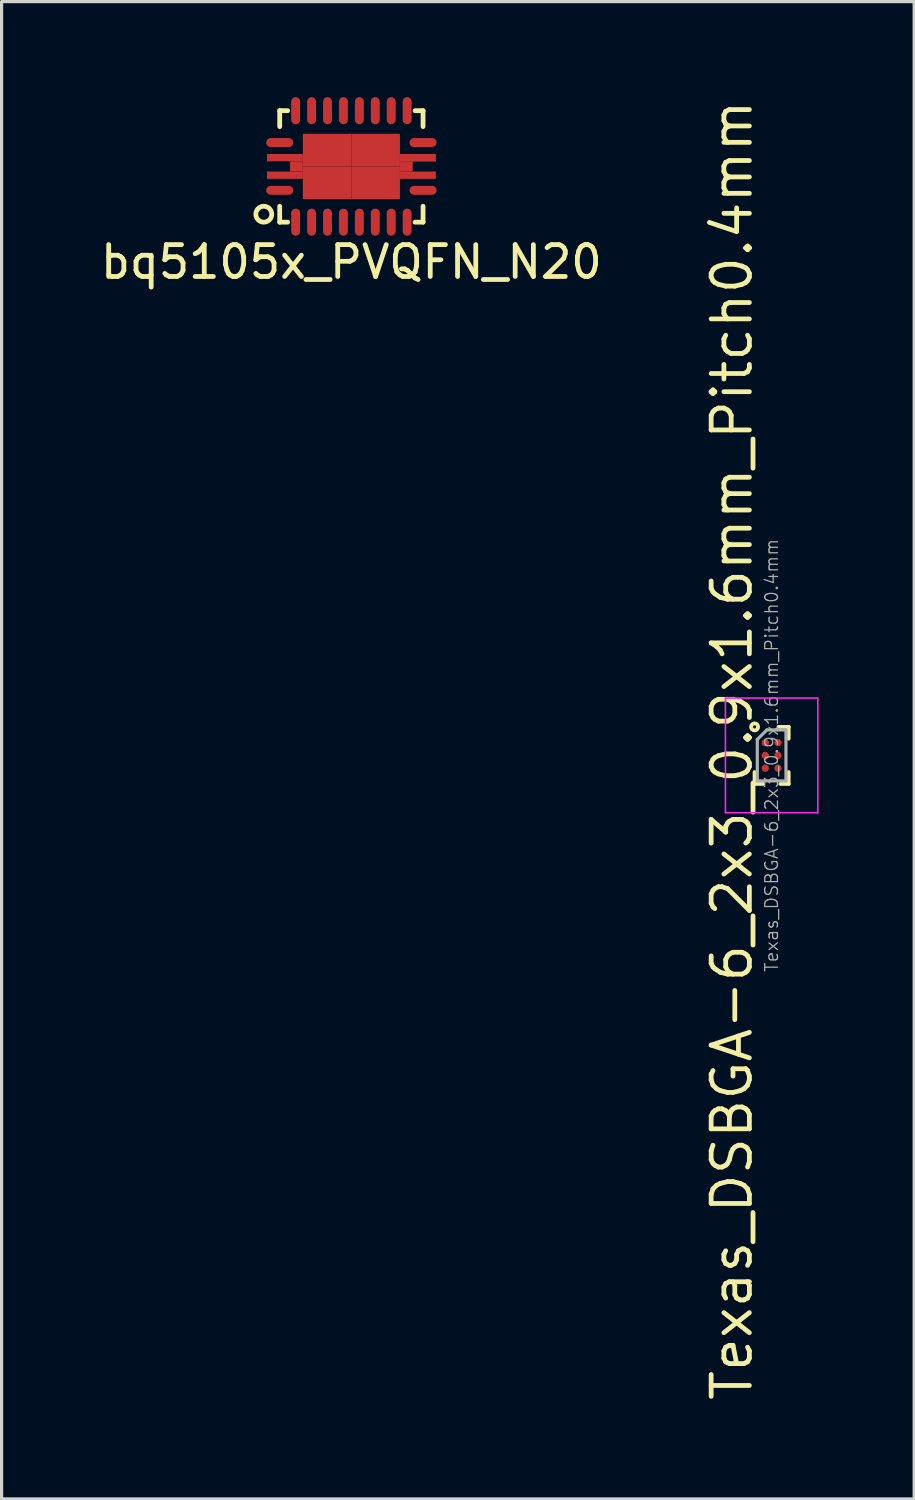
<source format=kicad_pcb>
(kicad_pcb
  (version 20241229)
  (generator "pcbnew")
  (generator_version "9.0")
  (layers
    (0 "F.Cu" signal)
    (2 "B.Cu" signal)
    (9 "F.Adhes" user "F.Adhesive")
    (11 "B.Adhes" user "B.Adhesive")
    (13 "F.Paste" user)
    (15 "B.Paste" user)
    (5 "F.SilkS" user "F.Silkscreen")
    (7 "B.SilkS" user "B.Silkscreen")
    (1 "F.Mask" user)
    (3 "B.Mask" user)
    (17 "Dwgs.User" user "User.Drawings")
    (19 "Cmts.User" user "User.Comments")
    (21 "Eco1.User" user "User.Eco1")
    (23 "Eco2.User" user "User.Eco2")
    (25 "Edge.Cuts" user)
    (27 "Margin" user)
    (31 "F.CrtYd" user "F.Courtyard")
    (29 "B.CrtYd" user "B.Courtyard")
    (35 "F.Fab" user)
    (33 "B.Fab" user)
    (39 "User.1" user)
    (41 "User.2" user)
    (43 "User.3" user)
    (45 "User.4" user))
  (footprint "bq5105x_PVQFN_N20"
    (layer "F.Cu")
    (at 7.982 2.175)
    (property "Reference" "bq5105x_PVQFN_N20" (at 0 3 0) (layer "F.SilkS") (effects (font (size 1 1) (thickness 0.15))))
    (attr through_hole)
    (fp_line (start -2.25 -1.75) (end -2.25 -1.25) (stroke (width 0.15) (type solid)) (layer "F.SilkS"))
    (fp_line (start -2.25 1.25) (end -2.25 1.75) (stroke (width 0.15) (type solid)) (layer "F.SilkS"))
    (fp_line (start -2.25 1.75) (end -2 1.75) (stroke (width 0.15) (type solid)) (layer "F.SilkS"))
    (fp_line (start -2 -1.75) (end -2.25 -1.75) (stroke (width 0.15) (type solid)) (layer "F.SilkS"))
    (fp_line (start 2 1.75) (end 2.25 1.75) (stroke (width 0.15) (type solid)) (layer "F.SilkS"))
    (fp_line (start 2.25 -1.75) (end 2 -1.75) (stroke (width 0.15) (type solid)) (layer "F.SilkS"))
    (fp_line (start 2.25 -1.25) (end 2.25 -1.75) (stroke (width 0.15) (type solid)) (layer "F.SilkS"))
    (fp_line (start 2.25 1.75) (end 2.25 1.25) (stroke (width 0.15) (type solid)) (layer "F.SilkS"))
    (fp_circle (center -2.75 1.5) (end -3 1.5) (stroke (width 0.15) (type solid)) (fill no) (layer "F.SilkS"))
    (pad "1" smd oval (at -2.25 0.75) (size 0.85 0.28) (layers "F.Cu" "F.Mask" "F.Paste"))
    (pad "2" smd oval (at -1.75 1.75 90) (size 0.85 0.28) (layers "F.Cu" "F.Mask" "F.Paste"))
    (pad "3" smd oval (at -1.25 1.75 90) (size 0.85 0.28) (layers "F.Cu" "F.Mask" "F.Paste"))
    (pad "4" smd oval (at -0.75 1.75 90) (size 0.85 0.28) (layers "F.Cu" "F.Mask" "F.Paste"))
    (pad "5" smd oval (at -0.25 1.75 90) (size 0.85 0.28) (layers "F.Cu" "F.Mask" "F.Paste"))
    (pad "6" smd oval (at 0.25 1.75 90) (size 0.85 0.28) (layers "F.Cu" "F.Mask" "F.Paste"))
    (pad "7" smd oval (at 0.75 1.75 90) (size 0.85 0.28) (layers "F.Cu" "F.Mask" "F.Paste"))
    (pad "8" smd oval (at 1.25 1.75 90) (size 0.85 0.28) (layers "F.Cu" "F.Mask" "F.Paste"))
    (pad "9" smd oval (at 1.75 1.75 90) (size 0.85 0.28) (layers "F.Cu" "F.Mask" "F.Paste"))
    (pad "10" smd oval (at 2.25 0.75 180) (size 0.85 0.28) (layers "F.Cu" "F.Mask" "F.Paste"))
    (pad "11" smd oval (at 2.25 -0.75 180) (size 0.85 0.28) (layers "F.Cu" "F.Mask" "F.Paste"))
    (pad "12" smd oval (at 1.75 -1.75 270) (size 0.85 0.28) (layers "F.Cu" "F.Mask" "F.Paste"))
    (pad "13" smd oval (at 1.25 -1.75 270) (size 0.85 0.28) (layers "F.Cu" "F.Mask" "F.Paste"))
    (pad "14" smd oval (at 0.75 -1.75 270) (size 0.85 0.28) (layers "F.Cu" "F.Mask" "F.Paste"))
    (pad "15" smd oval (at 0.25 -1.75 270) (size 0.85 0.28) (layers "F.Cu" "F.Mask" "F.Paste"))
    (pad "16" smd oval (at -0.25 -1.75 270) (size 0.85 0.28) (layers "F.Cu" "F.Mask" "F.Paste"))
    (pad "17" smd oval (at -0.75 -1.75 270) (size 0.85 0.28) (layers "F.Cu" "F.Mask" "F.Paste"))
    (pad "18" smd oval (at -1.25 -1.75 270) (size 0.85 0.28) (layers "F.Cu" "F.Mask" "F.Paste"))
    (pad "19" smd oval (at -1.75 -1.75 270) (size 0.85 0.28) (layers "F.Cu" "F.Mask" "F.Paste"))
    (pad "20" smd oval (at -2.25 -0.75 180) (size 0.85 0.28) (layers "F.Cu" "F.Mask" "F.Paste"))
    (pad "TH" smd rect (at -2.087 -0.275) (size 1.125 0.23) (layers "F.Cu" "F.Mask" "F.Paste"))
    (pad "TH" smd rect (at -2.087 0.275) (size 1.125 0.23) (layers "F.Cu" "F.Mask" "F.Paste"))
    (pad "TH" smd rect (at -1.725 0) (size 0.4 0.32) (layers "F.Cu" "F.Mask" "F.Paste"))
    (pad "TH" smd rect (at 0 0) (size 1.525 1.025) (drill (offset -0.762 0.512)) (layers "F.Cu" "F.Mask" "F.Paste"))
    (pad "TH" smd rect (at 0 0) (size 1.525 1.025) (drill (offset 0.762 -0.512)) (layers "F.Cu" "F.Mask" "F.Paste"))
    (pad "TH" smd rect (at 0 0) (size 1.525 1.025) (drill (offset 0.762 0.512)) (layers "F.Cu" "F.Mask" "F.Paste"))
    (pad "TH" smd rect (at 0 0) (size 1.525 1.025) (drill (offset -0.762 -0.512)) (layers "F.Cu" "F.Mask" "F.Paste"))
    (pad "TH" smd rect (at 1.725 0 180) (size 0.4 0.32) (layers "F.Cu" "F.Mask" "F.Paste"))
    (pad "TH" smd rect (at 2.087 -0.275 180) (size 1.125 0.23) (layers "F.Cu" "F.Mask" "F.Paste"))
    (pad "TH" smd rect (at 2.087 -0.275 180) (size 1.125 0.23) (layers "F.Cu" "F.Mask" "F.Paste"))
    (pad "TH" smd rect (at 2.087 0.275 180) (size 1.125 0.23) (layers "F.Cu" "F.Mask" "F.Paste")))
  (footprint "Texas_DSBGA-6_2x3_0.9x1.6mm_Pitch0.4mm"
    (layer "F.Cu")
    (at 21.176 20.667)
    (property "Reference" "Texas_DSBGA-6_2x3_0.9x1.6mm_Pitch0.4mm" (at -1.246 -0.162 270) (layer "F.SilkS") (effects (font (size 1.2 1.2) (thickness 0.15))))
    (attr smd)
    (fp_line (start -0.535 0.525) (end -0.535 0.895) (stroke (width 0.12) (type solid)) (layer "F.SilkS"))
    (fp_line (start -0.535 0.895) (end -0.265 0.895) (stroke (width 0.12) (type solid)) (layer "F.SilkS"))
    (fp_line (start 0.215 -0.895) (end 0.535 -0.895) (stroke (width 0.12) (type solid)) (layer "F.SilkS"))
    (fp_line (start 0.535 -0.895) (end 0.535 -0.525) (stroke (width 0.12) (type solid)) (layer "F.SilkS"))
    (fp_line (start 0.535 0.895) (end 0.275 0.895) (stroke (width 0.12) (type solid)) (layer "F.SilkS"))
    (fp_line (start 0.535 0.895) (end 0.535 0.525) (stroke (width 0.12) (type solid)) (layer "F.SilkS"))
    (fp_circle (center -0.535 -0.895) (end -0.535 -0.845) (stroke (width 0.12) (type solid)) (fill no) (layer "F.SilkS"))
    (fp_line (start -1.45 -1.8) (end 1.45 -1.8) (stroke (width 0.05) (type solid)) (layer "F.CrtYd"))
    (fp_line (start -1.45 1.8) (end -1.45 -1.8) (stroke (width 0.05) (type solid)) (layer "F.CrtYd"))
    (fp_line (start -1.45 1.8) (end 1.45 1.8) (stroke (width 0.05) (type solid)) (layer "F.CrtYd"))
    (fp_line (start 1.45 -1.8) (end 1.45 1.8) (stroke (width 0.05) (type solid)) (layer "F.CrtYd"))
    (fp_line (start -0.45 -0.5) (end -0.15 -0.8) (stroke (width 0.1) (type solid)) (layer "F.Fab"))
    (fp_line (start -0.45 0.8) (end -0.45 -0.5) (stroke (width 0.1) (type solid)) (layer "F.Fab"))
    (fp_line (start -0.45 0.8) (end 0.45 0.8) (stroke (width 0.1) (type solid)) (layer "F.Fab"))
    (fp_line (start 0.45 -0.8) (end -0.15 -0.8) (stroke (width 0.1) (type solid)) (layer "F.Fab"))
    (fp_line (start 0.45 0.8) (end 0.45 -0.8) (stroke (width 0.1) (type solid)) (layer "F.Fab"))
    (fp_text user "${REFERENCE}" (at 0 0 90) (layer "F.Fab") (effects (font (size 0.4 0.4) (thickness 0.04))))
    (pad "A1" smd circle (at -0.2 -0.4) (size 0.23 0.23) (layers "F.Cu" "F.Mask" "F.Paste"))
    (pad "A2" smd circle (at 0.2 -0.4) (size 0.23 0.23) (layers "F.Cu" "F.Mask" "F.Paste"))
    (pad "B1" smd circle (at -0.2 0) (size 0.23 0.23) (layers "F.Cu" "F.Mask" "F.Paste"))
    (pad "B2" smd circle (at 0.2 0) (size 0.23 0.23) (layers "F.Cu" "F.Mask" "F.Paste"))
    (pad "C1" smd circle (at -0.2 0.4) (size 0.23 0.23) (layers "F.Cu" "F.Mask" "F.Paste"))
    (pad "C2" smd circle (at 0.2 0.4) (size 0.23 0.23) (layers "F.Cu" "F.Mask" "F.Paste")))
  (gr_rect
    (start -3 -3)
    (end 25.651 44.01)
    (stroke (width 0.1) (type default))
    (fill no)
    (layer "Edge.Cuts")))
</source>
